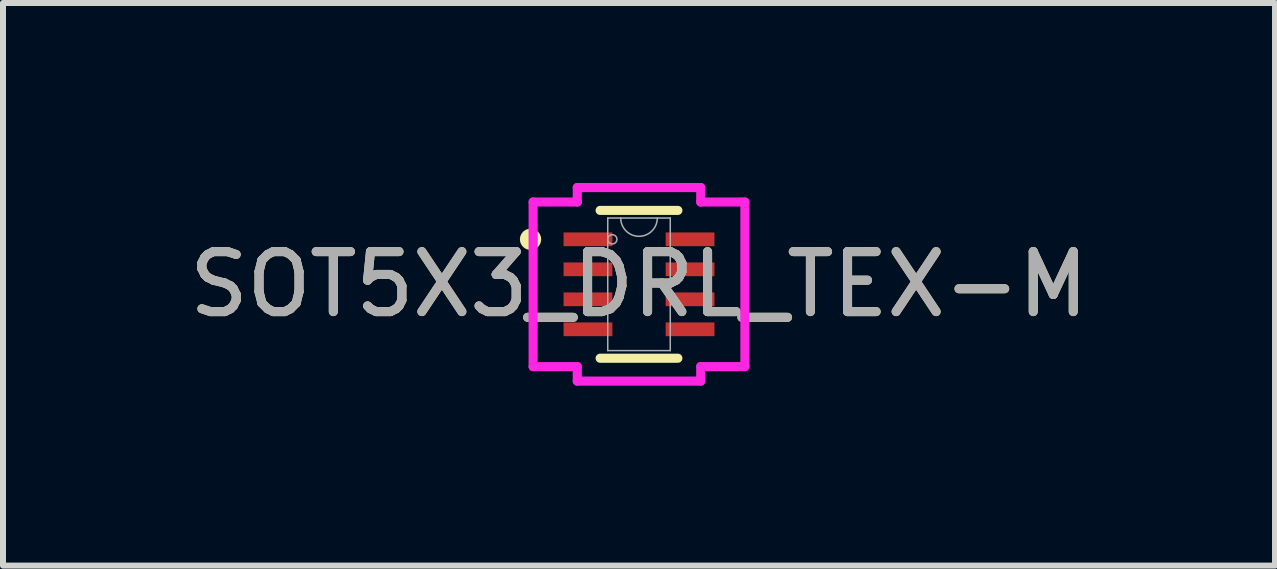
<source format=kicad_pcb>
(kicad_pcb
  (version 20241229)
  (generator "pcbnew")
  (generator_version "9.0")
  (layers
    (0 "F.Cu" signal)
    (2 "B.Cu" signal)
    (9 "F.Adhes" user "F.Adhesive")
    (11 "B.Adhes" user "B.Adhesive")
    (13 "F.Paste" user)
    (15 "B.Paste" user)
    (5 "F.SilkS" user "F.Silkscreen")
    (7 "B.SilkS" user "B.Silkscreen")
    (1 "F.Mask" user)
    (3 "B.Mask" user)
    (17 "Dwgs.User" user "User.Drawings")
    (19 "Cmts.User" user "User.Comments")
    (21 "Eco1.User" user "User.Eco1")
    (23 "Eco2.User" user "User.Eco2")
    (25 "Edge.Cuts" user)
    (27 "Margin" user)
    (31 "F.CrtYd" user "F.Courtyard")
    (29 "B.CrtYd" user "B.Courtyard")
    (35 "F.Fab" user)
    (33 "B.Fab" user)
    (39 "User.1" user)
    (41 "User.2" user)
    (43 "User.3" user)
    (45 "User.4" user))
  (footprint "SOT5X3_DRL_TEX-M"
    (layer "F.Cu")
    (at 7.601 1.689)
    (property "Reference" "SOT5X3_DRL_TEX-M" (at 0 0 0) (unlocked yes) (layer "F.SilkS") (effects (font (size 1 1) (thickness 0.15))))
    (attr smd)
    (fp_line (start -0.648 1.232) (end 0.648 1.232) (stroke (width 0.152) (type solid)) (layer "F.SilkS"))
    (fp_line (start 0.648 -1.232) (end -0.648 -1.232) (stroke (width 0.152) (type solid)) (layer "F.SilkS"))
    (fp_circle (center -1.808 -0.75) (end -1.707 -0.75) (stroke (width 0.152) (type solid)) (fill no) (layer "F.SilkS"))
    (fp_line (start -1.765 -1.372) (end -1.029 -1.372) (stroke (width 0.152) (type solid)) (layer "F.CrtYd"))
    (fp_line (start -1.765 1.372) (end -1.765 -1.372) (stroke (width 0.152) (type solid)) (layer "F.CrtYd"))
    (fp_line (start -1.765 1.372) (end -1.029 1.372) (stroke (width 0.152) (type solid)) (layer "F.CrtYd"))
    (fp_line (start -1.029 -1.613) (end 1.029 -1.613) (stroke (width 0.152) (type solid)) (layer "F.CrtYd"))
    (fp_line (start -1.029 -1.372) (end -1.029 -1.613) (stroke (width 0.152) (type solid)) (layer "F.CrtYd"))
    (fp_line (start -1.029 1.613) (end -1.029 1.372) (stroke (width 0.152) (type solid)) (layer "F.CrtYd"))
    (fp_line (start 1.029 -1.613) (end 1.029 -1.372) (stroke (width 0.152) (type solid)) (layer "F.CrtYd"))
    (fp_line (start 1.029 1.372) (end 1.029 1.613) (stroke (width 0.152) (type solid)) (layer "F.CrtYd"))
    (fp_line (start 1.029 1.613) (end -1.029 1.613) (stroke (width 0.152) (type solid)) (layer "F.CrtYd"))
    (fp_line (start 1.765 -1.372) (end 1.029 -1.372) (stroke (width 0.152) (type solid)) (layer "F.CrtYd"))
    (fp_line (start 1.765 -1.372) (end 1.765 1.372) (stroke (width 0.152) (type solid)) (layer "F.CrtYd"))
    (fp_line (start 1.765 1.372) (end 1.029 1.372) (stroke (width 0.152) (type solid)) (layer "F.CrtYd"))
    (fp_line (start -0.521 -1.105) (end -0.521 1.105) (stroke (width 0.025) (type solid)) (layer "F.Fab"))
    (fp_line (start -0.521 1.105) (end 0.521 1.105) (stroke (width 0.025) (type solid)) (layer "F.Fab"))
    (fp_line (start 0.521 -1.105) (end -0.521 -1.105) (stroke (width 0.025) (type solid)) (layer "F.Fab"))
    (fp_line (start 0.521 1.105) (end 0.521 -1.105) (stroke (width 0.025) (type solid)) (layer "F.Fab"))
    (fp_arc (start 0.3048 -1.1049) (mid 0 -0.8001) (end -0.3048 -1.1049) (stroke (width 0.0254) (type solid)) (layer "F.Fab"))
    (fp_circle (center -0.445 -0.75) (end -0.368 -0.75) (stroke (width 0.025) (type solid)) (fill no) (layer "F.Fab"))
    (fp_text user "${REFERENCE}" (at 0 0 0) (unlocked yes) (layer "F.Fab") (effects (font (size 1 1) (thickness 0.15))))
    (pad "1" smd rect (at -0.851 -0.75) (size 0.813 0.229) (layers "F.Cu" "F.Mask" "F.Paste"))
    (pad "2" smd rect (at -0.851 -0.25) (size 0.813 0.229) (layers "F.Cu" "F.Mask" "F.Paste"))
    (pad "3" smd rect (at -0.851 0.25) (size 0.813 0.229) (layers "F.Cu" "F.Mask" "F.Paste"))
    (pad "4" smd rect (at -0.851 0.75) (size 0.813 0.229) (layers "F.Cu" "F.Mask" "F.Paste"))
    (pad "5" smd rect (at 0.851 0.75) (size 0.813 0.229) (layers "F.Cu" "F.Mask" "F.Paste"))
    (pad "6" smd rect (at 0.851 0.25) (size 0.813 0.229) (layers "F.Cu" "F.Mask" "F.Paste"))
    (pad "7" smd rect (at 0.851 -0.25) (size 0.813 0.229) (layers "F.Cu" "F.Mask" "F.Paste"))
    (pad "8" smd rect (at 0.851 -0.75) (size 0.813 0.229) (layers "F.Cu" "F.Mask" "F.Paste")))
  (gr_rect
    (start -3 -3)
    (end 18.202 6.378)
    (stroke (width 0.1) (type default))
    (fill no)
    (layer "Edge.Cuts")))
</source>
